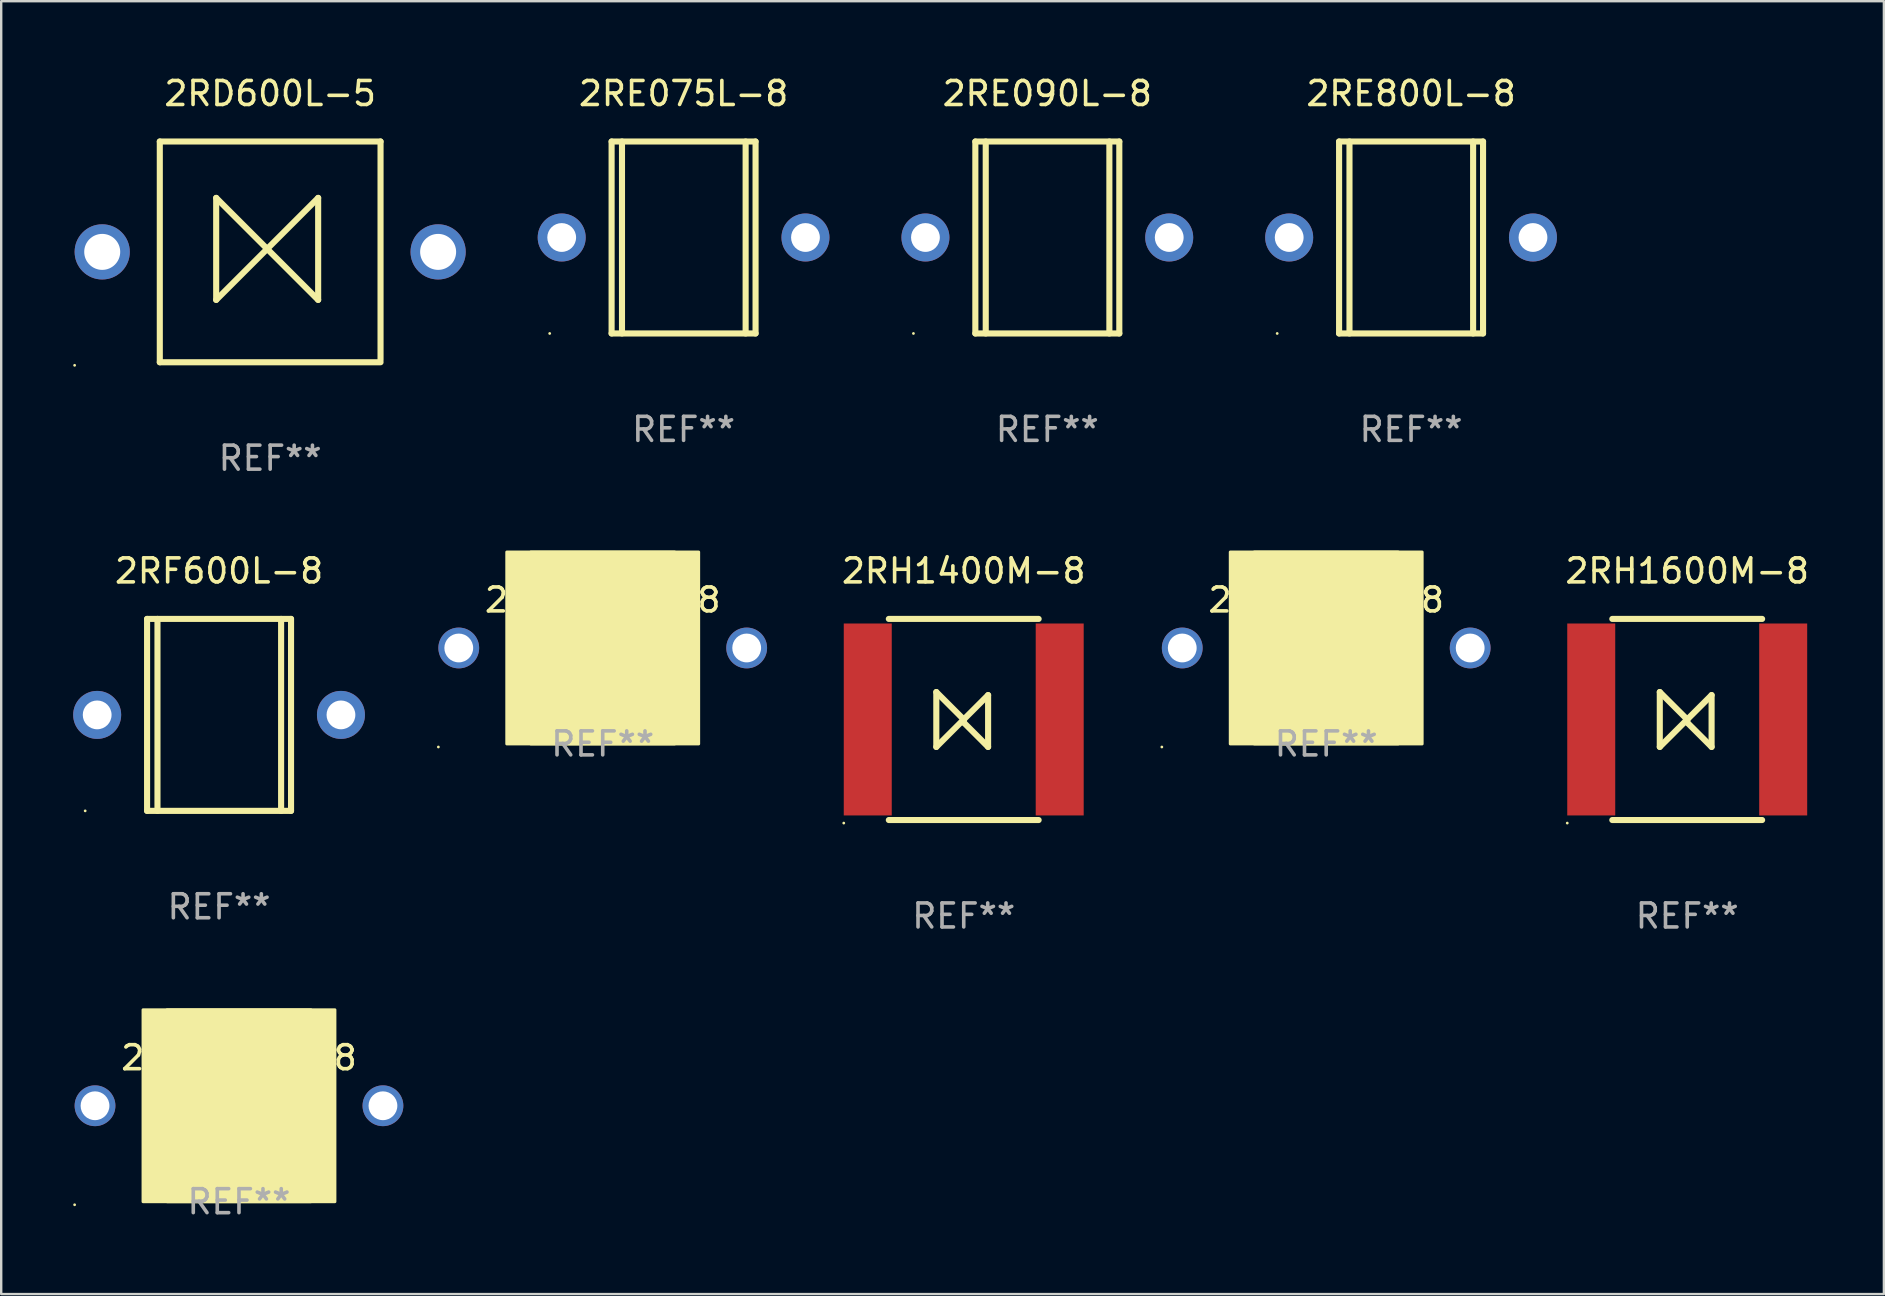
<source format=kicad_pcb>
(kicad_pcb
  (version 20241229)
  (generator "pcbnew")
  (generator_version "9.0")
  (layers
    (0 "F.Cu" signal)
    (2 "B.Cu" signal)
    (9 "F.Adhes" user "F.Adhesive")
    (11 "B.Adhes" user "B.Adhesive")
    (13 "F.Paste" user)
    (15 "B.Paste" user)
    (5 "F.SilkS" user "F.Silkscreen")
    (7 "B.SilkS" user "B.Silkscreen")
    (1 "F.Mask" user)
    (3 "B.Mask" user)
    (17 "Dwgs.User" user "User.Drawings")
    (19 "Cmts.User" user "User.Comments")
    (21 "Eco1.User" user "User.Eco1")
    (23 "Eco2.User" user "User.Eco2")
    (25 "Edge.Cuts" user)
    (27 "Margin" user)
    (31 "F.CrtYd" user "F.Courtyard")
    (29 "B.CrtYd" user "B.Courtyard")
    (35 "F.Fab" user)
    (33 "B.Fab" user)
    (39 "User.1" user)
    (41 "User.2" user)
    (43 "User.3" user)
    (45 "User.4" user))
  (footprint "2RH1400L-8"
    (layer "F.Cu")
    (at 22.07 23.956)
    (property "Reference" "2RH1400L-8" (at 0 -2 0) (layer "F.SilkS") (effects (font (size 1 1) (thickness 0.15))))
    (attr through_hole)
    (fp_circle (center -6.85 4.127) (end -6.82 4.127) (stroke (width 0.06) (type solid)) (fill no) (layer "F.SilkS"))
    (fp_poly (pts (xy -4 -4) (xy 4 -4) (xy 4 4) (xy -4 4)) (stroke (width 0.12) (type solid)) (fill yes) (layer "F.SilkS"))
    (fp_poly (pts (xy -3 -4) (xy 3 -4) (xy 3 4) (xy -3 4)) (stroke (width 0.12) (type solid)) (fill yes) (layer "F.SilkS"))
    (fp_text user "REF**" (at 0 4 0) (layer "F.Fab") (effects (font (size 1 1) (thickness 0.15))))
    (pad "1" thru_hole circle (at -6 0) (size 1.7 1.7) (drill 1.2) (layers "*.Cu" "*.Mask"))
    (pad "2" thru_hole circle (at 6 0) (size 1.7 1.7) (drill 1.2) (layers "*.Cu" "*.Mask")))
  (footprint "2RF600L-8"
    (layer "F.Cu")
    (at 6.08 26.745)
    (property "Reference" "2RF600L-8" (at 0 -6 0) (layer "F.SilkS") (effects (font (size 1 1) (thickness 0.15))))
    (attr through_hole)
    (fp_line (start -3 -4) (end -3 4) (stroke (width 0.254) (type solid)) (layer "F.SilkS"))
    (fp_line (start -3 -4) (end 3 -4) (stroke (width 0.254) (type solid)) (layer "F.SilkS"))
    (fp_line (start -3 4) (end 3 4) (stroke (width 0.254) (type solid)) (layer "F.SilkS"))
    (fp_line (start -2.567 -4) (end -2.567 4) (stroke (width 0.254) (type solid)) (layer "F.SilkS"))
    (fp_line (start 2.586 -4) (end 2.586 4) (stroke (width 0.254) (type solid)) (layer "F.SilkS"))
    (fp_line (start 3 -4) (end 3 4) (stroke (width 0.254) (type solid)) (layer "F.SilkS"))
    (fp_circle (center -5.58 4) (end -5.55 4) (stroke (width 0.06) (type solid)) (fill no) (layer "F.SilkS"))
    (fp_text user "REF**" (at 0 8 0) (layer "F.Fab") (effects (font (size 1 1) (thickness 0.15))))
    (pad "1" thru_hole circle (at -5.08 0) (size 2 2) (drill 1.2) (layers "*.Cu" "*.Mask"))
    (pad "2" thru_hole circle (at 5.08 0) (size 2 2) (drill 1.2) (layers "*.Cu" "*.Mask")))
  (footprint "2RD600L-5"
    (layer "F.Cu")
    (at 8.21 7.448)
    (property "Reference" "2RD600L-5" (at 0 -6.6 0) (layer "F.SilkS") (effects (font (size 1 1) (thickness 0.15))))
    (attr through_hole)
    (fp_line (start -4.6 -4.6) (end -4.6 4.6) (stroke (width 0.254) (type solid)) (layer "F.SilkS"))
    (fp_line (start -4.6 -4.6) (end 4.6 -4.6) (stroke (width 0.254) (type solid)) (layer "F.SilkS"))
    (fp_line (start -4.6 4.6) (end 4.6 4.6) (stroke (width 0.254) (type solid)) (layer "F.SilkS"))
    (fp_line (start -2.25 -2.25) (end -2.25 2) (stroke (width 0.254) (type solid)) (layer "F.SilkS"))
    (fp_line (start -2.25 2) (end 2 -2.25) (stroke (width 0.254) (type solid)) (layer "F.SilkS"))
    (fp_line (start 2 -2.25) (end 2 2) (stroke (width 0.254) (type solid)) (layer "F.SilkS"))
    (fp_line (start 2 2) (end -2.25 -2.25) (stroke (width 0.254) (type solid)) (layer "F.SilkS"))
    (fp_line (start 4.6 -4.6) (end 4.6 4.5) (stroke (width 0.254) (type solid)) (layer "F.SilkS"))
    (fp_circle (center -8.15 4.727) (end -8.12 4.727) (stroke (width 0.06) (type solid)) (fill no) (layer "F.SilkS"))
    (fp_text user "REF**" (at 0 8.6 0) (layer "F.Fab") (effects (font (size 1 1) (thickness 0.15))))
    (pad "1" thru_hole circle (at -7 0) (size 2.3 2.3) (drill 1.5) (layers "*.Cu" "*.Mask"))
    (pad "2" thru_hole circle (at 7 0) (size 2.3 2.3) (drill 1.5) (layers "*.Cu" "*.Mask")))
  (footprint "2RH1600M-8"
    (layer "F.Cu")
    (at 67.269 26.936)
    (property "Reference" "2RH1600M-8" (at 0 -6.191 0) (layer "F.SilkS") (effects (font (size 1 1) (thickness 0.15))))
    (attr through_hole)
    (fp_line (start -3.122 -4.191) (end 3.122 -4.191) (stroke (width 0.254) (type solid)) (layer "F.SilkS"))
    (fp_line (start -3.122 4.191) (end 3.122 4.191) (stroke (width 0.254) (type solid)) (layer "F.SilkS"))
    (fp_line (start -1.143 1.143) (end -1.143 -1.143) (stroke (width 0.254) (type solid)) (layer "F.SilkS"))
    (fp_line (start 0 0) (end -1.143 -1.143) (stroke (width 0.254) (type solid)) (layer "F.SilkS"))
    (fp_line (start 0 0) (end -1.143 1.143) (stroke (width 0.254) (type solid)) (layer "F.SilkS"))
    (fp_line (start 0 0) (end 0 0.127) (stroke (width 0.254) (type solid)) (layer "F.SilkS"))
    (fp_line (start 0 0) (end 1.016 -1.016) (stroke (width 0.254) (type solid)) (layer "F.SilkS"))
    (fp_line (start 0 0.127) (end 1.016 1.143) (stroke (width 0.254) (type solid)) (layer "F.SilkS"))
    (fp_line (start 1.016 1.143) (end 1.016 -1.016) (stroke (width 0.254) (type solid)) (layer "F.SilkS"))
    (fp_circle (center -5 4.318) (end -4.97 4.318) (stroke (width 0.06) (type solid)) (fill no) (layer "F.SilkS"))
    (fp_text user "REF**" (at 0 8.191 0) (layer "F.Fab") (effects (font (size 1 1) (thickness 0.15))))
    (pad "1" smd rect (at -4 0) (size 2 8) (layers "F.Cu" "F.Mask" "F.Paste"))
    (pad "2" smd rect (at 4 0) (size 2 8) (layers "F.Cu" "F.Mask" "F.Paste")))
  (footprint "2RE800L-8"
    (layer "F.Cu")
    (at 55.76 6.848)
    (property "Reference" "2RE800L-8" (at 0 -6 0) (layer "F.SilkS") (effects (font (size 1 1) (thickness 0.15))))
    (attr through_hole)
    (fp_line (start -3 -4) (end -3 4) (stroke (width 0.254) (type solid)) (layer "F.SilkS"))
    (fp_line (start -3 -4) (end 3 -4) (stroke (width 0.254) (type solid)) (layer "F.SilkS"))
    (fp_line (start -3 4) (end 3 4) (stroke (width 0.254) (type solid)) (layer "F.SilkS"))
    (fp_line (start -2.567 -4) (end -2.567 4) (stroke (width 0.254) (type solid)) (layer "F.SilkS"))
    (fp_line (start 2.586 -4) (end 2.586 4) (stroke (width 0.254) (type solid)) (layer "F.SilkS"))
    (fp_line (start 3 -4) (end 3 4) (stroke (width 0.254) (type solid)) (layer "F.SilkS"))
    (fp_circle (center -5.58 4) (end -5.55 4) (stroke (width 0.06) (type solid)) (fill no) (layer "F.SilkS"))
    (fp_text user "REF**" (at 0 8 0) (layer "F.Fab") (effects (font (size 1 1) (thickness 0.15))))
    (pad "1" thru_hole circle (at -5.08 0) (size 2 2) (drill 1.2) (layers "*.Cu" "*.Mask"))
    (pad "2" thru_hole circle (at 5.08 0) (size 2 2) (drill 1.2) (layers "*.Cu" "*.Mask")))
  (footprint "2RE090L-8"
    (layer "F.Cu")
    (at 40.6 6.848)
    (property "Reference" "2RE090L-8" (at 0 -6 0) (layer "F.SilkS") (effects (font (size 1 1) (thickness 0.15))))
    (attr through_hole)
    (fp_line (start -3 -4) (end -3 4) (stroke (width 0.254) (type solid)) (layer "F.SilkS"))
    (fp_line (start -3 -4) (end 3 -4) (stroke (width 0.254) (type solid)) (layer "F.SilkS"))
    (fp_line (start -3 4) (end 3 4) (stroke (width 0.254) (type solid)) (layer "F.SilkS"))
    (fp_line (start -2.567 -4) (end -2.567 4) (stroke (width 0.254) (type solid)) (layer "F.SilkS"))
    (fp_line (start 2.586 -4) (end 2.586 4) (stroke (width 0.254) (type solid)) (layer "F.SilkS"))
    (fp_line (start 3 -4) (end 3 4) (stroke (width 0.254) (type solid)) (layer "F.SilkS"))
    (fp_circle (center -5.58 4) (end -5.55 4) (stroke (width 0.06) (type solid)) (fill no) (layer "F.SilkS"))
    (fp_text user "REF**" (at 0 8 0) (layer "F.Fab") (effects (font (size 1 1) (thickness 0.15))))
    (pad "1" thru_hole circle (at -5.08 0) (size 2 2) (drill 1.2) (layers "*.Cu" "*.Mask"))
    (pad "2" thru_hole circle (at 5.08 0) (size 2 2) (drill 1.2) (layers "*.Cu" "*.Mask")))
  (footprint "2RH1400M-8"
    (layer "F.Cu")
    (at 37.116 26.936)
    (property "Reference" "2RH1400M-8" (at 0 -6.191 0) (layer "F.SilkS") (effects (font (size 1 1) (thickness 0.15))))
    (attr through_hole)
    (fp_line (start -3.122 -4.191) (end 3.122 -4.191) (stroke (width 0.254) (type solid)) (layer "F.SilkS"))
    (fp_line (start -3.122 4.191) (end 3.122 4.191) (stroke (width 0.254) (type solid)) (layer "F.SilkS"))
    (fp_line (start -1.143 1.143) (end -1.143 -1.143) (stroke (width 0.254) (type solid)) (layer "F.SilkS"))
    (fp_line (start 0 0) (end -1.143 -1.143) (stroke (width 0.254) (type solid)) (layer "F.SilkS"))
    (fp_line (start 0 0) (end -1.143 1.143) (stroke (width 0.254) (type solid)) (layer "F.SilkS"))
    (fp_line (start 0 0) (end 0 0.127) (stroke (width 0.254) (type solid)) (layer "F.SilkS"))
    (fp_line (start 0 0) (end 1.016 -1.016) (stroke (width 0.254) (type solid)) (layer "F.SilkS"))
    (fp_line (start 0 0.127) (end 1.016 1.143) (stroke (width 0.254) (type solid)) (layer "F.SilkS"))
    (fp_line (start 1.016 1.143) (end 1.016 -1.016) (stroke (width 0.254) (type solid)) (layer "F.SilkS"))
    (fp_circle (center -5 4.318) (end -4.97 4.318) (stroke (width 0.06) (type solid)) (fill no) (layer "F.SilkS"))
    (fp_text user "REF**" (at 0 8.191 0) (layer "F.Fab") (effects (font (size 1 1) (thickness 0.15))))
    (pad "1" smd rect (at -4 0) (size 2 8) (layers "F.Cu" "F.Mask" "F.Paste"))
    (pad "2" smd rect (at 4 0) (size 2 8) (layers "F.Cu" "F.Mask" "F.Paste")))
  (footprint "2RH2000L-8"
    (layer "F.Cu")
    (at 6.91 43.035)
    (property "Reference" "2RH2000L-8" (at 0 -2 0) (layer "F.SilkS") (effects (font (size 1 1) (thickness 0.15))))
    (attr through_hole)
    (fp_circle (center -6.85 4.127) (end -6.82 4.127) (stroke (width 0.06) (type solid)) (fill no) (layer "F.SilkS"))
    (fp_poly (pts (xy -4 -4) (xy 4 -4) (xy 4 4) (xy -4 4)) (stroke (width 0.12) (type solid)) (fill yes) (layer "F.SilkS"))
    (fp_poly (pts (xy -3 -4) (xy 3 -4) (xy 3 4) (xy -3 4)) (stroke (width 0.12) (type solid)) (fill yes) (layer "F.SilkS"))
    (fp_text user "REF**" (at 0 4 0) (layer "F.Fab") (effects (font (size 1 1) (thickness 0.15))))
    (pad "1" thru_hole circle (at -6 0) (size 1.7 1.7) (drill 1.2) (layers "*.Cu" "*.Mask"))
    (pad "2" thru_hole circle (at 6 0) (size 1.7 1.7) (drill 1.2) (layers "*.Cu" "*.Mask")))
  (footprint "2RE075L-8"
    (layer "F.Cu")
    (at 25.44 6.848)
    (property "Reference" "2RE075L-8" (at 0 -6 0) (layer "F.SilkS") (effects (font (size 1 1) (thickness 0.15))))
    (attr through_hole)
    (fp_line (start -3 -4) (end -3 4) (stroke (width 0.254) (type solid)) (layer "F.SilkS"))
    (fp_line (start -3 -4) (end 3 -4) (stroke (width 0.254) (type solid)) (layer "F.SilkS"))
    (fp_line (start -3 4) (end 3 4) (stroke (width 0.254) (type solid)) (layer "F.SilkS"))
    (fp_line (start -2.567 -4) (end -2.567 4) (stroke (width 0.254) (type solid)) (layer "F.SilkS"))
    (fp_line (start 2.586 -4) (end 2.586 4) (stroke (width 0.254) (type solid)) (layer "F.SilkS"))
    (fp_line (start 3 -4) (end 3 4) (stroke (width 0.254) (type solid)) (layer "F.SilkS"))
    (fp_circle (center -5.58 4) (end -5.55 4) (stroke (width 0.06) (type solid)) (fill no) (layer "F.SilkS"))
    (fp_text user "REF**" (at 0 8 0) (layer "F.Fab") (effects (font (size 1 1) (thickness 0.15))))
    (pad "1" thru_hole circle (at -5.08 0) (size 2 2) (drill 1.2) (layers "*.Cu" "*.Mask"))
    (pad "2" thru_hole circle (at 5.08 0) (size 2 2) (drill 1.2) (layers "*.Cu" "*.Mask")))
  (footprint "2RH1600L-8"
    (layer "F.Cu")
    (at 52.223 23.956)
    (property "Reference" "2RH1600L-8" (at 0 -2 0) (layer "F.SilkS") (effects (font (size 1 1) (thickness 0.15))))
    (attr through_hole)
    (fp_circle (center -6.85 4.127) (end -6.82 4.127) (stroke (width 0.06) (type solid)) (fill no) (layer "F.SilkS"))
    (fp_poly (pts (xy -4 -4) (xy 4 -4) (xy 4 4) (xy -4 4)) (stroke (width 0.12) (type solid)) (fill yes) (layer "F.SilkS"))
    (fp_poly (pts (xy -3 -4) (xy 3 -4) (xy 3 4) (xy -3 4)) (stroke (width 0.12) (type solid)) (fill yes) (layer "F.SilkS"))
    (fp_text user "REF**" (at 0 4 0) (layer "F.Fab") (effects (font (size 1 1) (thickness 0.15))))
    (pad "1" thru_hole circle (at -6 0) (size 1.7 1.7) (drill 1.2) (layers "*.Cu" "*.Mask"))
    (pad "2" thru_hole circle (at 6 0) (size 1.7 1.7) (drill 1.2) (layers "*.Cu" "*.Mask")))
  (gr_rect
    (start -3 -3)
    (end 75.466 50.883)
    (stroke (width 0.1) (type default))
    (fill no)
    (layer "Edge.Cuts")))
</source>
